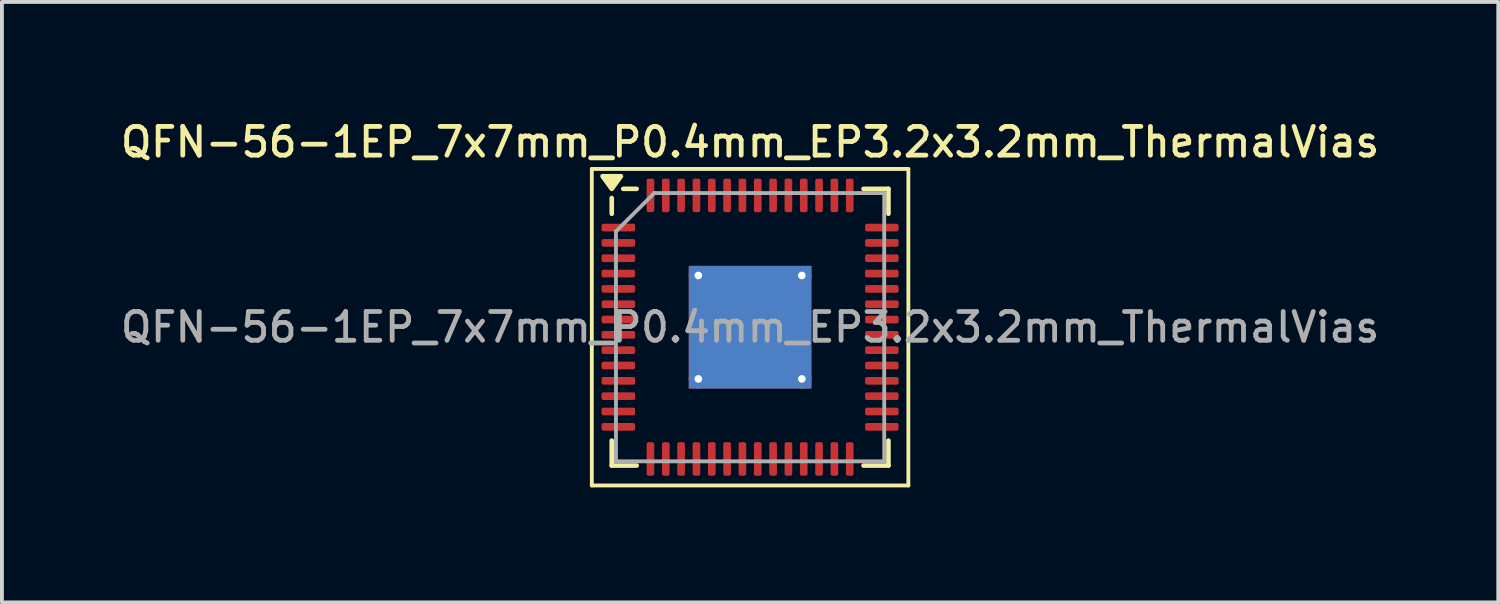
<source format=kicad_pcb>
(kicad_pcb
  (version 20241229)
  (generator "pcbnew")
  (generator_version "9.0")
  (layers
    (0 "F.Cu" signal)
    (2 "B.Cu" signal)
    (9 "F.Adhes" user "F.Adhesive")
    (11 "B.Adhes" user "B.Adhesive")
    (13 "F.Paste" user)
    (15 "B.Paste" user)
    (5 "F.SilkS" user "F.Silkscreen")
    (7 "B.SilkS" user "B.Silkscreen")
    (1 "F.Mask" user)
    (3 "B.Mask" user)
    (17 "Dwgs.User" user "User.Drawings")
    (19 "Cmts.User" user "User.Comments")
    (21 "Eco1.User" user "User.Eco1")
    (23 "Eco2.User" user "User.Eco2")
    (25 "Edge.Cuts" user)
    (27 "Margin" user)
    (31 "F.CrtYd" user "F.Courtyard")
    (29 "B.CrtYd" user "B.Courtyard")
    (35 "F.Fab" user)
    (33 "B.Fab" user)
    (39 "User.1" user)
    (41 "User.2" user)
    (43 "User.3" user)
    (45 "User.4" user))
  (footprint "QFN-56-1EP_7x7mm_P0.4mm_EP3.2x3.2mm_ThermalVias"
    (layer "F.Cu")
    (at 16.523 5.488)
    (property "Reference" "QFN-56-1EP_7x7mm_P0.4mm_EP3.2x3.2mm_ThermalVias" (at 0 -4.83 0) (layer "F.SilkS") (effects (font (size 0.75 0.75) (thickness 0.125))))
    (attr smd)
    (fp_line (start -4.13 -4.13) (end -4.13 4.13) (stroke (width 0.1) (type solid)) (layer "F.SilkS"))
    (fp_line (start -4.13 4.13) (end 4.13 4.13) (stroke (width 0.1) (type solid)) (layer "F.SilkS"))
    (fp_line (start -3.61 -2.96) (end -3.61 -3.37) (stroke (width 0.12) (type solid)) (layer "F.SilkS"))
    (fp_line (start -3.61 3.61) (end -3.61 2.96) (stroke (width 0.12) (type solid)) (layer "F.SilkS"))
    (fp_line (start -2.96 -3.61) (end -3.31 -3.61) (stroke (width 0.12) (type solid)) (layer "F.SilkS"))
    (fp_line (start -2.96 3.61) (end -3.61 3.61) (stroke (width 0.12) (type solid)) (layer "F.SilkS"))
    (fp_line (start 2.96 -3.61) (end 3.61 -3.61) (stroke (width 0.12) (type solid)) (layer "F.SilkS"))
    (fp_line (start 2.96 3.61) (end 3.61 3.61) (stroke (width 0.12) (type solid)) (layer "F.SilkS"))
    (fp_line (start 3.61 -3.61) (end 3.61 -2.96) (stroke (width 0.12) (type solid)) (layer "F.SilkS"))
    (fp_line (start 3.61 3.61) (end 3.61 2.96) (stroke (width 0.12) (type solid)) (layer "F.SilkS"))
    (fp_line (start 4.13 -4.13) (end -4.13 -4.13) (stroke (width 0.1) (type solid)) (layer "F.SilkS"))
    (fp_line (start 4.13 4.13) (end 4.13 -4.13) (stroke (width 0.1) (type solid)) (layer "F.SilkS"))
    (fp_poly (pts (xy -3.61 -3.61) (xy -3.85 -3.94) (xy -3.37 -3.94) (xy -3.61 -3.61)) (stroke (width 0.12) (type solid)) (fill yes) (layer "F.SilkS"))
    (fp_line (start -3.5 -2.5) (end -2.5 -3.5) (stroke (width 0.1) (type solid)) (layer "F.Fab"))
    (fp_line (start -3.5 3.5) (end -3.5 -2.5) (stroke (width 0.1) (type solid)) (layer "F.Fab"))
    (fp_line (start -2.5 -3.5) (end 3.5 -3.5) (stroke (width 0.1) (type solid)) (layer "F.Fab"))
    (fp_line (start 3.5 -3.5) (end 3.5 3.5) (stroke (width 0.1) (type solid)) (layer "F.Fab"))
    (fp_line (start 3.5 3.5) (end -3.5 3.5) (stroke (width 0.1) (type solid)) (layer "F.Fab"))
    (fp_text user "${REFERENCE}" (at 0 0 0) (layer "F.Fab") (effects (font (size 0.75 0.75) (thickness 0.125))))
    (pad "" smd custom (at -0.675 -0.675) (size 1.118 1.118) (layers "F.Paste") (options (anchor circle)) (primitives (gr_poly (pts (xy -0.498 -0.397) (xy -0.397 -0.498) (xy 0.498 -0.498) (xy 0.498 0.498) (xy -0.498 0.498)) (width 0.244) (fill yes))))
    (pad "" smd custom (at -0.675 0.675) (size 1.118 1.118) (layers "F.Paste") (options (anchor circle)) (primitives (gr_poly (pts (xy -0.498 -0.498) (xy 0.498 -0.498) (xy 0.498 0.498) (xy -0.397 0.498) (xy -0.498 0.397)) (width 0.244) (fill yes))))
    (pad "" smd custom (at 0.675 -0.675) (size 1.118 1.118) (layers "F.Paste") (options (anchor circle)) (primitives (gr_poly (pts (xy -0.498 -0.498) (xy 0.397 -0.498) (xy 0.498 -0.397) (xy 0.498 0.498) (xy -0.498 0.498)) (width 0.244) (fill yes))))
    (pad "" smd custom (at 0.675 0.675) (size 1.118 1.118) (layers "F.Paste") (options (anchor circle)) (primitives (gr_poly (pts (xy -0.498 -0.498) (xy 0.498 -0.498) (xy 0.498 0.397) (xy 0.397 0.498) (xy -0.498 0.498)) (width 0.244) (fill yes))))
    (pad "1" smd roundrect (at -3.438 -2.6) (size 0.875 0.2) (layers "F.Cu" "F.Mask" "F.Paste") (roundrect_rratio 0.25))
    (pad "2" smd roundrect (at -3.438 -2.2) (size 0.875 0.2) (layers "F.Cu" "F.Mask" "F.Paste") (roundrect_rratio 0.25))
    (pad "3" smd roundrect (at -3.438 -1.8) (size 0.875 0.2) (layers "F.Cu" "F.Mask" "F.Paste") (roundrect_rratio 0.25))
    (pad "4" smd roundrect (at -3.438 -1.4) (size 0.875 0.2) (layers "F.Cu" "F.Mask" "F.Paste") (roundrect_rratio 0.25))
    (pad "5" smd roundrect (at -3.438 -1) (size 0.875 0.2) (layers "F.Cu" "F.Mask" "F.Paste") (roundrect_rratio 0.25))
    (pad "6" smd roundrect (at -3.438 -0.6) (size 0.875 0.2) (layers "F.Cu" "F.Mask" "F.Paste") (roundrect_rratio 0.25))
    (pad "7" smd roundrect (at -3.438 -0.2) (size 0.875 0.2) (layers "F.Cu" "F.Mask" "F.Paste") (roundrect_rratio 0.25))
    (pad "8" smd roundrect (at -3.438 0.2) (size 0.875 0.2) (layers "F.Cu" "F.Mask" "F.Paste") (roundrect_rratio 0.25))
    (pad "9" smd roundrect (at -3.438 0.6) (size 0.875 0.2) (layers "F.Cu" "F.Mask" "F.Paste") (roundrect_rratio 0.25))
    (pad "10" smd roundrect (at -3.438 1) (size 0.875 0.2) (layers "F.Cu" "F.Mask" "F.Paste") (roundrect_rratio 0.25))
    (pad "11" smd roundrect (at -3.438 1.4) (size 0.875 0.2) (layers "F.Cu" "F.Mask" "F.Paste") (roundrect_rratio 0.25))
    (pad "12" smd roundrect (at -3.438 1.8) (size 0.875 0.2) (layers "F.Cu" "F.Mask" "F.Paste") (roundrect_rratio 0.25))
    (pad "13" smd roundrect (at -3.438 2.2) (size 0.875 0.2) (layers "F.Cu" "F.Mask" "F.Paste") (roundrect_rratio 0.25))
    (pad "14" smd roundrect (at -3.438 2.6) (size 0.875 0.2) (layers "F.Cu" "F.Mask" "F.Paste") (roundrect_rratio 0.25))
    (pad "15" smd roundrect (at -2.6 3.438) (size 0.2 0.875) (layers "F.Cu" "F.Mask" "F.Paste") (roundrect_rratio 0.25))
    (pad "16" smd roundrect (at -2.2 3.438) (size 0.2 0.875) (layers "F.Cu" "F.Mask" "F.Paste") (roundrect_rratio 0.25))
    (pad "17" smd roundrect (at -1.8 3.438) (size 0.2 0.875) (layers "F.Cu" "F.Mask" "F.Paste") (roundrect_rratio 0.25))
    (pad "18" smd roundrect (at -1.4 3.438) (size 0.2 0.875) (layers "F.Cu" "F.Mask" "F.Paste") (roundrect_rratio 0.25))
    (pad "19" smd roundrect (at -1 3.438) (size 0.2 0.875) (layers "F.Cu" "F.Mask" "F.Paste") (roundrect_rratio 0.25))
    (pad "20" smd roundrect (at -0.6 3.438) (size 0.2 0.875) (layers "F.Cu" "F.Mask" "F.Paste") (roundrect_rratio 0.25))
    (pad "21" smd roundrect (at -0.2 3.438) (size 0.2 0.875) (layers "F.Cu" "F.Mask" "F.Paste") (roundrect_rratio 0.25))
    (pad "22" smd roundrect (at 0.2 3.438) (size 0.2 0.875) (layers "F.Cu" "F.Mask" "F.Paste") (roundrect_rratio 0.25))
    (pad "23" smd roundrect (at 0.6 3.438) (size 0.2 0.875) (layers "F.Cu" "F.Mask" "F.Paste") (roundrect_rratio 0.25))
    (pad "24" smd roundrect (at 1 3.438) (size 0.2 0.875) (layers "F.Cu" "F.Mask" "F.Paste") (roundrect_rratio 0.25))
    (pad "25" smd roundrect (at 1.4 3.438) (size 0.2 0.875) (layers "F.Cu" "F.Mask" "F.Paste") (roundrect_rratio 0.25))
    (pad "26" smd roundrect (at 1.8 3.438) (size 0.2 0.875) (layers "F.Cu" "F.Mask" "F.Paste") (roundrect_rratio 0.25))
    (pad "27" smd roundrect (at 2.2 3.438) (size 0.2 0.875) (layers "F.Cu" "F.Mask" "F.Paste") (roundrect_rratio 0.25))
    (pad "28" smd roundrect (at 2.6 3.438) (size 0.2 0.875) (layers "F.Cu" "F.Mask" "F.Paste") (roundrect_rratio 0.25))
    (pad "29" smd roundrect (at 3.438 2.6) (size 0.875 0.2) (layers "F.Cu" "F.Mask" "F.Paste") (roundrect_rratio 0.25))
    (pad "30" smd roundrect (at 3.438 2.2) (size 0.875 0.2) (layers "F.Cu" "F.Mask" "F.Paste") (roundrect_rratio 0.25))
    (pad "31" smd roundrect (at 3.438 1.8) (size 0.875 0.2) (layers "F.Cu" "F.Mask" "F.Paste") (roundrect_rratio 0.25))
    (pad "32" smd roundrect (at 3.438 1.4) (size 0.875 0.2) (layers "F.Cu" "F.Mask" "F.Paste") (roundrect_rratio 0.25))
    (pad "33" smd roundrect (at 3.438 1) (size 0.875 0.2) (layers "F.Cu" "F.Mask" "F.Paste") (roundrect_rratio 0.25))
    (pad "34" smd roundrect (at 3.438 0.6) (size 0.875 0.2) (layers "F.Cu" "F.Mask" "F.Paste") (roundrect_rratio 0.25))
    (pad "35" smd roundrect (at 3.438 0.2) (size 0.875 0.2) (layers "F.Cu" "F.Mask" "F.Paste") (roundrect_rratio 0.25))
    (pad "36" smd roundrect (at 3.438 -0.2) (size 0.875 0.2) (layers "F.Cu" "F.Mask" "F.Paste") (roundrect_rratio 0.25))
    (pad "37" smd roundrect (at 3.438 -0.6) (size 0.875 0.2) (layers "F.Cu" "F.Mask" "F.Paste") (roundrect_rratio 0.25))
    (pad "38" smd roundrect (at 3.438 -1) (size 0.875 0.2) (layers "F.Cu" "F.Mask" "F.Paste") (roundrect_rratio 0.25))
    (pad "39" smd roundrect (at 3.438 -1.4) (size 0.875 0.2) (layers "F.Cu" "F.Mask" "F.Paste") (roundrect_rratio 0.25))
    (pad "40" smd roundrect (at 3.438 -1.8) (size 0.875 0.2) (layers "F.Cu" "F.Mask" "F.Paste") (roundrect_rratio 0.25))
    (pad "41" smd roundrect (at 3.438 -2.2) (size 0.875 0.2) (layers "F.Cu" "F.Mask" "F.Paste") (roundrect_rratio 0.25))
    (pad "42" smd roundrect (at 3.438 -2.6) (size 0.875 0.2) (layers "F.Cu" "F.Mask" "F.Paste") (roundrect_rratio 0.25))
    (pad "43" smd roundrect (at 2.6 -3.438) (size 0.2 0.875) (layers "F.Cu" "F.Mask" "F.Paste") (roundrect_rratio 0.25))
    (pad "44" smd roundrect (at 2.2 -3.438) (size 0.2 0.875) (layers "F.Cu" "F.Mask" "F.Paste") (roundrect_rratio 0.25))
    (pad "45" smd roundrect (at 1.8 -3.438) (size 0.2 0.875) (layers "F.Cu" "F.Mask" "F.Paste") (roundrect_rratio 0.25))
    (pad "46" smd roundrect (at 1.4 -3.438) (size 0.2 0.875) (layers "F.Cu" "F.Mask" "F.Paste") (roundrect_rratio 0.25))
    (pad "47" smd roundrect (at 1 -3.438) (size 0.2 0.875) (layers "F.Cu" "F.Mask" "F.Paste") (roundrect_rratio 0.25))
    (pad "48" smd roundrect (at 0.6 -3.438) (size 0.2 0.875) (layers "F.Cu" "F.Mask" "F.Paste") (roundrect_rratio 0.25))
    (pad "49" smd roundrect (at 0.2 -3.438) (size 0.2 0.875) (layers "F.Cu" "F.Mask" "F.Paste") (roundrect_rratio 0.25))
    (pad "50" smd roundrect (at -0.2 -3.438) (size 0.2 0.875) (layers "F.Cu" "F.Mask" "F.Paste") (roundrect_rratio 0.25))
    (pad "51" smd roundrect (at -0.6 -3.438) (size 0.2 0.875) (layers "F.Cu" "F.Mask" "F.Paste") (roundrect_rratio 0.25))
    (pad "52" smd roundrect (at -1 -3.438) (size 0.2 0.875) (layers "F.Cu" "F.Mask" "F.Paste") (roundrect_rratio 0.25))
    (pad "53" smd roundrect (at -1.4 -3.438) (size 0.2 0.875) (layers "F.Cu" "F.Mask" "F.Paste") (roundrect_rratio 0.25))
    (pad "54" smd roundrect (at -1.8 -3.438) (size 0.2 0.875) (layers "F.Cu" "F.Mask" "F.Paste") (roundrect_rratio 0.25))
    (pad "55" smd roundrect (at -2.2 -3.438) (size 0.2 0.875) (layers "F.Cu" "F.Mask" "F.Paste") (roundrect_rratio 0.25))
    (pad "56" smd roundrect (at -2.6 -3.438) (size 0.2 0.875) (layers "F.Cu" "F.Mask" "F.Paste") (roundrect_rratio 0.25))
    (pad "57" thru_hole circle (at -1.35 -1.35) (size 0.5 0.5) (drill 0.2) (property pad_prop_heatsink) (layers "*.Cu"))
    (pad "57" thru_hole circle (at -1.35 1.35) (size 0.5 0.5) (drill 0.2) (property pad_prop_heatsink) (layers "*.Cu"))
    (pad "57" smd rect (at 0 0) (size 3.2 3.2) (property pad_prop_heatsink) (layers "F.Cu" "F.Mask"))
    (pad "57" smd rect (at 0 0) (size 3.2 3.2) (property pad_prop_heatsink) (layers "B.Cu"))
    (pad "57" thru_hole circle (at 1.35 -1.35) (size 0.5 0.5) (drill 0.2) (property pad_prop_heatsink) (layers "*.Cu"))
    (pad "57" thru_hole circle (at 1.35 1.35) (size 0.5 0.5) (drill 0.2) (property pad_prop_heatsink) (layers "*.Cu")))
  (gr_rect
    (start -3 -3)
    (end 36.046 12.668)
    (stroke (width 0.1) (type default))
    (fill no)
    (layer "Edge.Cuts")))
</source>
